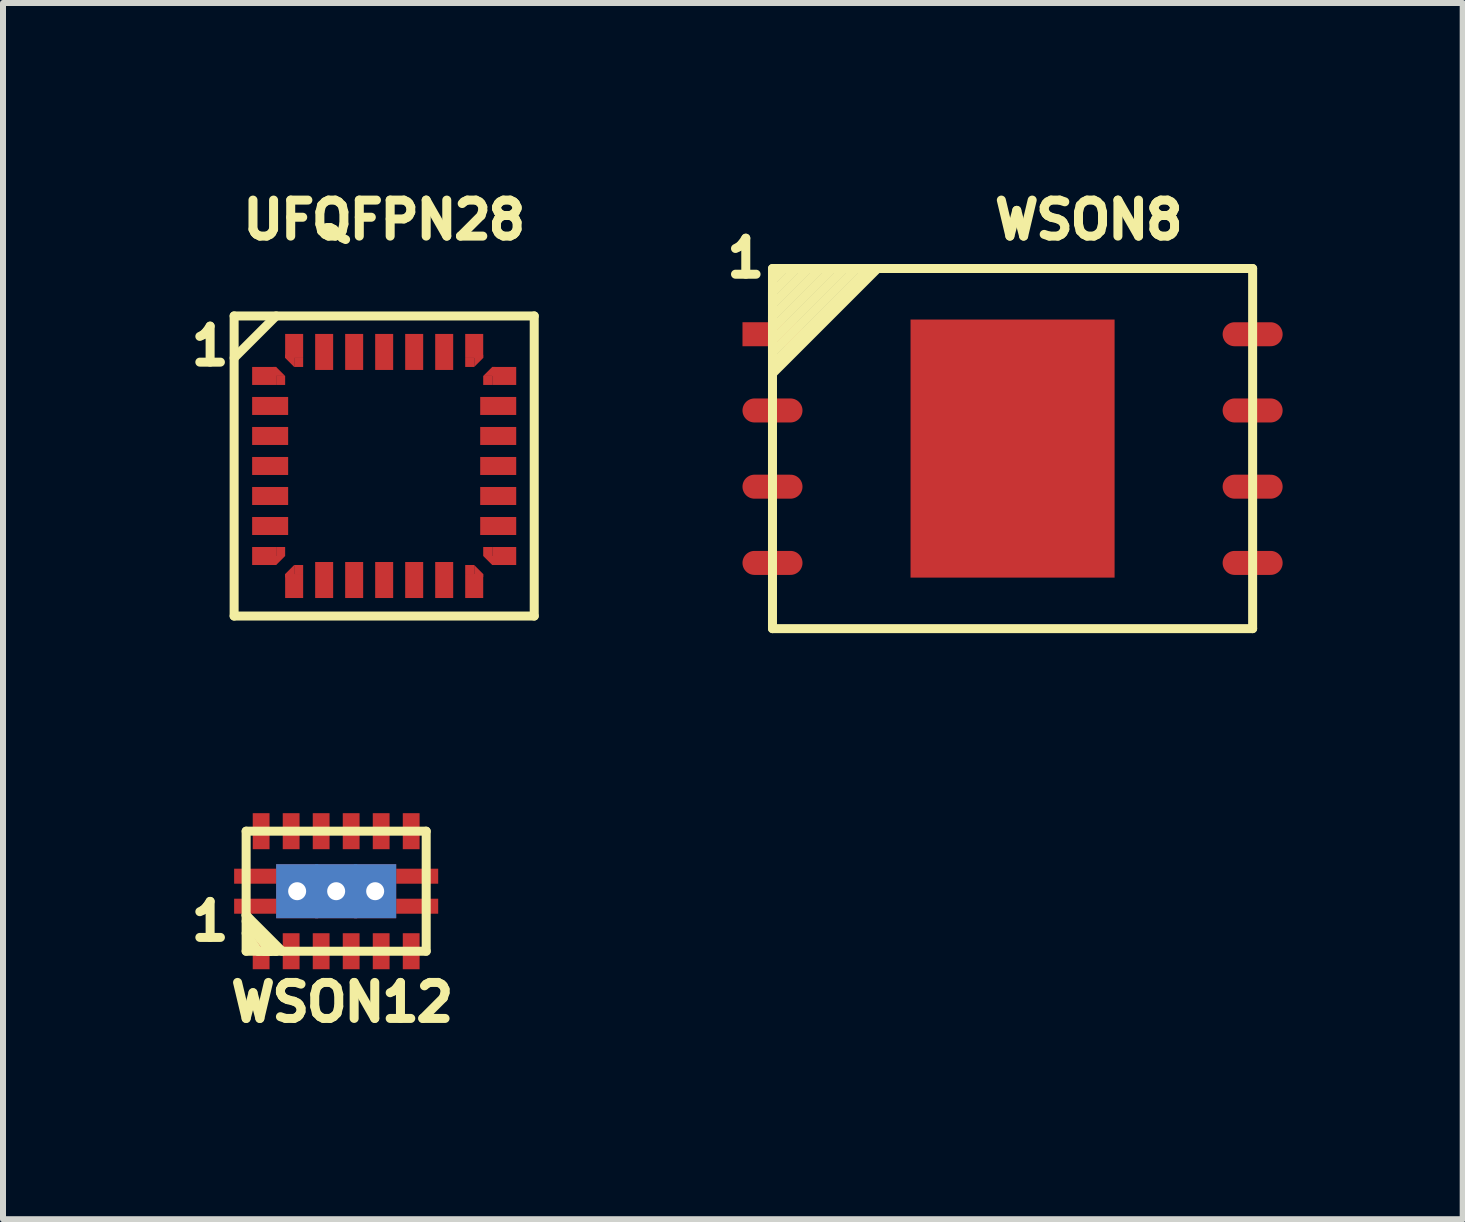
<source format=kicad_pcb>
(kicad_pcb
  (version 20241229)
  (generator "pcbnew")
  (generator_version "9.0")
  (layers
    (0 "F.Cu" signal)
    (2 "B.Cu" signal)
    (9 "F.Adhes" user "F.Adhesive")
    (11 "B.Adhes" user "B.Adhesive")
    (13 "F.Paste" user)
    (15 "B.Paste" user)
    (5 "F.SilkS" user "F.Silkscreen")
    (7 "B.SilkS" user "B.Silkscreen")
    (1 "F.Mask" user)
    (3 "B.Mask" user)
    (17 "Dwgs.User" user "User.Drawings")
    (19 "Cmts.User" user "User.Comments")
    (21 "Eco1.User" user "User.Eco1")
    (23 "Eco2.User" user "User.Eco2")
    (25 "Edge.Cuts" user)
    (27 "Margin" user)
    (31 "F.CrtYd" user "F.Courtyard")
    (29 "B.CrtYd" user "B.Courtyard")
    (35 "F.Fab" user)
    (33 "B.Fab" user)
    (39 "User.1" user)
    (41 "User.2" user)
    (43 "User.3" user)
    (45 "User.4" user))
  (footprint "UFQFPN28"
    (layer "F.Cu")
    (at 3.351 4.714)
    (property "Reference" "UFQFPN28" (at 0 -4.1 0) (layer "F.SilkS") (effects (font (size 0.6 0.6) (thickness 0.15))))
    (attr through_hole)
    (fp_line (start -2.5 -2.5) (end 2.5 -2.5) (stroke (width 0.15) (type solid)) (layer "F.SilkS"))
    (fp_line (start -2.5 -1.8) (end -1.8 -2.5) (stroke (width 0.15) (type solid)) (layer "F.SilkS"))
    (fp_line (start -2.5 2.5) (end -2.5 -2.5) (stroke (width 0.15) (type solid)) (layer "F.SilkS"))
    (fp_line (start 2.5 -2.5) (end 2.5 2.5) (stroke (width 0.15) (type solid)) (layer "F.SilkS"))
    (fp_line (start 2.5 2.5) (end -2.5 2.5) (stroke (width 0.15) (type solid)) (layer "F.SilkS"))
    (fp_text user "1" (at -2.9 -2 0) (layer "F.SilkS") (effects (font (size 0.6 0.6) (thickness 0.15))))
    (pad "1" smd rect (at -2 -1.5) (size 0.4 0.3) (layers "F.Cu" "F.Mask" "F.Paste"))
    (pad "2" smd rect (at -1.9 -1) (size 0.6 0.3) (layers "F.Cu" "F.Mask" "F.Paste"))
    (pad "3" smd rect (at -1.9 -0.5) (size 0.6 0.3) (layers "F.Cu" "F.Mask" "F.Paste"))
    (pad "4" smd rect (at -1.9 0) (size 0.6 0.3) (layers "F.Cu" "F.Mask" "F.Paste"))
    (pad "5" smd rect (at -1.9 0.5) (size 0.6 0.3) (layers "F.Cu" "F.Mask" "F.Paste"))
    (pad "6" smd rect (at -1.9 1) (size 0.6 0.3) (layers "F.Cu" "F.Mask" "F.Paste"))
    (pad "7" smd rect (at -2 1.5) (size 0.4 0.3) (layers "F.Cu" "F.Mask" "F.Paste"))
    (pad "8" smd rect (at -1.5 2 90) (size 0.4 0.3) (layers "F.Cu" "F.Mask" "F.Paste"))
    (pad "9" smd rect (at -1 1.9 90) (size 0.6 0.3) (layers "F.Cu" "F.Mask" "F.Paste"))
    (pad "10" smd rect (at -0.5 1.9 90) (size 0.6 0.3) (layers "F.Cu" "F.Mask" "F.Paste"))
    (pad "11" smd rect (at 0 1.9 90) (size 0.6 0.3) (layers "F.Cu" "F.Mask" "F.Paste"))
    (pad "12" smd rect (at 0.5 1.9 90) (size 0.6 0.3) (layers "F.Cu" "F.Mask" "F.Paste"))
    (pad "13" smd rect (at 1 1.9 90) (size 0.6 0.3) (layers "F.Cu" "F.Mask" "F.Paste"))
    (pad "14" smd rect (at 1.5 2 90) (size 0.4 0.3) (layers "F.Cu" "F.Mask" "F.Paste"))
    (pad "15" smd rect (at 2 1.5) (size 0.4 0.3) (layers "F.Cu" "F.Mask" "F.Paste"))
    (pad "16" smd rect (at 1.9 1) (size 0.6 0.3) (layers "F.Cu" "F.Mask" "F.Paste"))
    (pad "17" smd rect (at 1.9 0.5) (size 0.6 0.3) (layers "F.Cu" "F.Mask" "F.Paste"))
    (pad "18" smd rect (at 1.9 0) (size 0.6 0.3) (layers "F.Cu" "F.Mask" "F.Paste"))
    (pad "19" smd rect (at 1.9 -0.5) (size 0.6 0.3) (layers "F.Cu" "F.Mask" "F.Paste"))
    (pad "20" smd rect (at 1.9 -1) (size 0.6 0.3) (layers "F.Cu" "F.Mask" "F.Paste"))
    (pad "21" smd rect (at 2 -1.5) (size 0.4 0.3) (layers "F.Cu" "F.Mask" "F.Paste"))
    (pad "22" smd rect (at 1.5 -2 90) (size 0.4 0.3) (layers "F.Cu" "F.Mask" "F.Paste"))
    (pad "23" smd rect (at 1 -1.9 90) (size 0.6 0.3) (layers "F.Cu" "F.Mask" "F.Paste"))
    (pad "24" smd rect (at 0.5 -1.9 90) (size 0.6 0.3) (layers "F.Cu" "F.Mask" "F.Paste"))
    (pad "25" smd rect (at 0 -1.9 90) (size 0.6 0.3) (layers "F.Cu" "F.Mask" "F.Paste"))
    (pad "26" smd rect (at -0.5 -1.9 90) (size 0.6 0.3) (layers "F.Cu" "F.Mask" "F.Paste"))
    (pad "27" smd rect (at -1 -1.9 90) (size 0.6 0.3) (layers "F.Cu" "F.Mask" "F.Paste"))
    (pad "28" smd rect (at -1.5 -2 90) (size 0.4 0.3) (layers "F.Cu" "F.Mask" "F.Paste"))
    (pad "~" smd trapezoid (at -1.825 -1.575) (size 0.2 0.15) (rect_delta 0 0.15) (layers "F.Cu" "F.Mask" "F.Paste"))
    (pad "~" smd trapezoid (at -1.825 1.575 180) (size 0.2 0.15) (rect_delta 0 0.15) (layers "F.Cu" "F.Mask" "F.Paste"))
    (pad "~" smd rect (at -1.725 -1.425) (size 0.15 0.15) (layers "F.Cu" "F.Mask" "F.Paste"))
    (pad "~" smd rect (at -1.725 1.425) (size 0.15 0.15) (layers "F.Cu" "F.Mask" "F.Paste"))
    (pad "~" smd trapezoid (at -1.575 -1.825 90) (size 0.2 0.15) (rect_delta 0 0.15) (layers "F.Cu" "F.Mask" "F.Paste"))
    (pad "~" smd trapezoid (at -1.575 1.825 90) (size 0.2 0.15) (rect_delta 0 0.15) (layers "F.Cu" "F.Mask" "F.Paste"))
    (pad "~" smd rect (at -1.425 -1.725) (size 0.15 0.15) (layers "F.Cu" "F.Mask" "F.Paste"))
    (pad "~" smd rect (at -1.425 1.725) (size 0.15 0.15) (layers "F.Cu" "F.Mask" "F.Paste"))
    (pad "~" smd rect (at 1.425 -1.725) (size 0.15 0.15) (layers "F.Cu" "F.Mask" "F.Paste"))
    (pad "~" smd rect (at 1.425 1.725) (size 0.15 0.15) (layers "F.Cu" "F.Mask" "F.Paste"))
    (pad "~" smd trapezoid (at 1.575 -1.825 270) (size 0.2 0.15) (rect_delta 0 0.15) (layers "F.Cu" "F.Mask" "F.Paste"))
    (pad "~" smd trapezoid (at 1.575 1.825 270) (size 0.2 0.15) (rect_delta 0 0.15) (layers "F.Cu" "F.Mask" "F.Paste"))
    (pad "~" smd rect (at 1.725 -1.425) (size 0.15 0.15) (layers "F.Cu" "F.Mask" "F.Paste"))
    (pad "~" smd rect (at 1.725 1.425) (size 0.15 0.15) (layers "F.Cu" "F.Mask" "F.Paste"))
    (pad "~" smd trapezoid (at 1.825 -1.575) (size 0.2 0.15) (rect_delta 0 0.15) (layers "F.Cu" "F.Mask" "F.Paste"))
    (pad "~" smd trapezoid (at 1.825 1.575 180) (size 0.2 0.15) (rect_delta 0 0.15) (layers "F.Cu" "F.Mask" "F.Paste")))
  (footprint "WSON8"
    (layer "F.Cu")
    (at 13.821 4.424)
    (property "Reference" "WSON8" (at 1.27 -3.81 0) (layer "F.SilkS") (effects (font (size 0.6 0.6) (thickness 0.15))))
    (attr through_hole)
    (fp_line (start -4 -3) (end 4 -3) (stroke (width 0.15) (type solid)) (layer "F.SilkS"))
    (fp_line (start -4 -2.6) (end -3.6 -3) (stroke (width 0.15) (type solid)) (layer "F.SilkS"))
    (fp_line (start -4 -2.4) (end -4 -2.6) (stroke (width 0.15) (type solid)) (layer "F.SilkS"))
    (fp_line (start -4 -2.2) (end -3.2 -3) (stroke (width 0.15) (type solid)) (layer "F.SilkS"))
    (fp_line (start -4 -2) (end -4 -2.2) (stroke (width 0.15) (type solid)) (layer "F.SilkS"))
    (fp_line (start -4 -1.8) (end -2.8 -3) (stroke (width 0.15) (type solid)) (layer "F.SilkS"))
    (fp_line (start -4 -1.6) (end -4 -1.8) (stroke (width 0.15) (type solid)) (layer "F.SilkS"))
    (fp_line (start -4 -1.4) (end -2.4 -3) (stroke (width 0.15) (type solid)) (layer "F.SilkS"))
    (fp_line (start -4 -1.25) (end -2.25 -3) (stroke (width 0.15) (type solid)) (layer "F.SilkS"))
    (fp_line (start -4 3) (end -4 -3) (stroke (width 0.15) (type solid)) (layer "F.SilkS"))
    (fp_line (start -3.8 -3) (end -4 -2.8) (stroke (width 0.15) (type solid)) (layer "F.SilkS"))
    (fp_line (start -3.6 -3) (end -3.8 -3) (stroke (width 0.15) (type solid)) (layer "F.SilkS"))
    (fp_line (start -3.4 -3) (end -4 -2.4) (stroke (width 0.15) (type solid)) (layer "F.SilkS"))
    (fp_line (start -3.2 -3) (end -3.4 -3) (stroke (width 0.15) (type solid)) (layer "F.SilkS"))
    (fp_line (start -3 -3) (end -4 -2) (stroke (width 0.15) (type solid)) (layer "F.SilkS"))
    (fp_line (start -2.8 -3) (end -3 -3) (stroke (width 0.15) (type solid)) (layer "F.SilkS"))
    (fp_line (start -2.6 -3) (end -4 -1.6) (stroke (width 0.15) (type solid)) (layer "F.SilkS"))
    (fp_line (start -2.4 -3) (end -2.6 -3) (stroke (width 0.15) (type solid)) (layer "F.SilkS"))
    (fp_line (start 4 -3) (end 4 3) (stroke (width 0.15) (type solid)) (layer "F.SilkS"))
    (fp_line (start 4 3) (end -4 3) (stroke (width 0.15) (type solid)) (layer "F.SilkS"))
    (fp_text user "1" (at -4.445 -3.175 0) (layer "F.SilkS") (effects (font (size 0.6 0.6) (thickness 0.15))))
    (pad "1" smd rect (at -4 -1.905) (size 1 0.4) (layers "F.Cu" "F.Mask" "F.Paste"))
    (pad "2" smd oval (at -4 -0.635) (size 1 0.4) (layers "F.Cu" "F.Mask" "F.Paste"))
    (pad "3" smd oval (at -4 0.635) (size 1 0.4) (layers "F.Cu" "F.Mask" "F.Paste"))
    (pad "4" smd oval (at -4 1.905) (size 1 0.4) (layers "F.Cu" "F.Mask" "F.Paste"))
    (pad "5" smd oval (at 4 1.905) (size 1 0.4) (layers "F.Cu" "F.Mask" "F.Paste"))
    (pad "6" smd oval (at 4 0.635) (size 1 0.4) (layers "F.Cu" "F.Mask" "F.Paste"))
    (pad "7" smd oval (at 4 -0.635) (size 1 0.4) (layers "F.Cu" "F.Mask" "F.Paste"))
    (pad "8" smd oval (at 4 -1.905) (size 1 0.4) (layers "F.Cu" "F.Mask" "F.Paste"))
    (pad "PAD" smd rect (at 0 0) (size 3.4 4.3) (layers "F.Cu" "F.Mask" "F.Paste")))
  (footprint "WSON12"
    (layer "F.Cu")
    (at 2.551 11.799)
    (property "Reference" "WSON12" (at 0.1 1.85 0) (layer "F.SilkS") (effects (font (size 0.6 0.6) (thickness 0.15))))
    (attr through_hole)
    (fp_line (start -1.5 -1) (end 1.5 -1) (stroke (width 0.15) (type solid)) (layer "F.SilkS"))
    (fp_line (start -1.5 0.4) (end -1 1) (stroke (width 0.15) (type solid)) (layer "F.SilkS"))
    (fp_line (start -1.5 0.4) (end -0.9 1) (stroke (width 0.15) (type solid)) (layer "F.SilkS"))
    (fp_line (start -1.5 0.5) (end -1.1 1) (stroke (width 0.15) (type solid)) (layer "F.SilkS"))
    (fp_line (start -1.5 1) (end -1.5 -1) (stroke (width 0.15) (type solid)) (layer "F.SilkS"))
    (fp_line (start -1.3 1) (end -1.5 0.7) (stroke (width 0.15) (type solid)) (layer "F.SilkS"))
    (fp_line (start -1.1 1) (end -1.3 1) (stroke (width 0.15) (type solid)) (layer "F.SilkS"))
    (fp_line (start -1 1) (end -1.2 1) (stroke (width 0.15) (type solid)) (layer "F.SilkS"))
    (fp_line (start 1.5 -1) (end 1.5 1) (stroke (width 0.15) (type solid)) (layer "F.SilkS"))
    (fp_line (start 1.5 1) (end -1.5 1) (stroke (width 0.15) (type solid)) (layer "F.SilkS"))
    (fp_text user "1" (at -2.1 0.5 0) (layer "F.SilkS") (effects (font (size 0.6 0.6) (thickness 0.15))))
    (pad "1" smd rect (at -1.25 1) (size 0.28 0.6) (layers "F.Cu" "F.Mask" "F.Paste"))
    (pad "2" smd rect (at -0.75 1) (size 0.28 0.6) (layers "F.Cu" "F.Mask" "F.Paste"))
    (pad "3" smd rect (at -0.25 1) (size 0.28 0.6) (layers "F.Cu" "F.Mask" "F.Paste"))
    (pad "4" smd rect (at 0.25 1) (size 0.28 0.6) (layers "F.Cu" "F.Mask" "F.Paste"))
    (pad "5" smd rect (at 0.75 1) (size 0.28 0.6) (layers "F.Cu" "F.Mask" "F.Paste"))
    (pad "6" smd rect (at 1.25 1) (size 0.28 0.6) (layers "F.Cu" "F.Mask" "F.Paste"))
    (pad "7" smd rect (at 1.25 -1) (size 0.28 0.6) (layers "F.Cu" "F.Mask" "F.Paste"))
    (pad "8" smd rect (at 0.75 -1) (size 0.28 0.6) (layers "F.Cu" "F.Mask" "F.Paste"))
    (pad "9" smd rect (at 0.25 -1) (size 0.28 0.6) (layers "F.Cu" "F.Mask" "F.Paste"))
    (pad "10" smd rect (at -0.25 -1) (size 0.28 0.6) (layers "F.Cu" "F.Mask" "F.Paste"))
    (pad "11" smd rect (at -0.75 -1) (size 0.28 0.6) (layers "F.Cu" "F.Mask" "F.Paste"))
    (pad "12" smd rect (at -1.25 -1) (size 0.28 0.6) (layers "F.Cu" "F.Mask" "F.Paste"))
    (pad "PAD" smd rect (at -1.35 -0.25) (size 0.7 0.25) (layers "F.Cu" "F.Mask" "F.Paste"))
    (pad "PAD" smd rect (at -1.35 0.25) (size 0.7 0.25) (layers "F.Cu" "F.Mask" "F.Paste"))
    (pad "PAD" thru_hole rect (at -0.65 0) (size 0.7 0.9) (drill 0.3) (layers "*.Cu" "F.Mask"))
    (pad "PAD" thru_hole rect (at 0 0) (size 0.7 0.9) (drill 0.3) (layers "*.Cu" "F.Mask"))
    (pad "PAD" thru_hole rect (at 0.65 0) (size 0.7 0.9) (drill 0.3) (layers "*.Cu" "F.Mask"))
    (pad "PAD" smd rect (at 1.35 -0.25) (size 0.7 0.25) (layers "F.Cu" "F.Mask" "F.Paste"))
    (pad "PAD" smd rect (at 1.35 0.25) (size 0.7 0.25) (layers "F.Cu" "F.Mask" "F.Paste")))
  (gr_rect
    (start -3 -3)
    (end 21.321 17.264)
    (stroke (width 0.1) (type default))
    (fill no)
    (layer "Edge.Cuts")))
</source>
